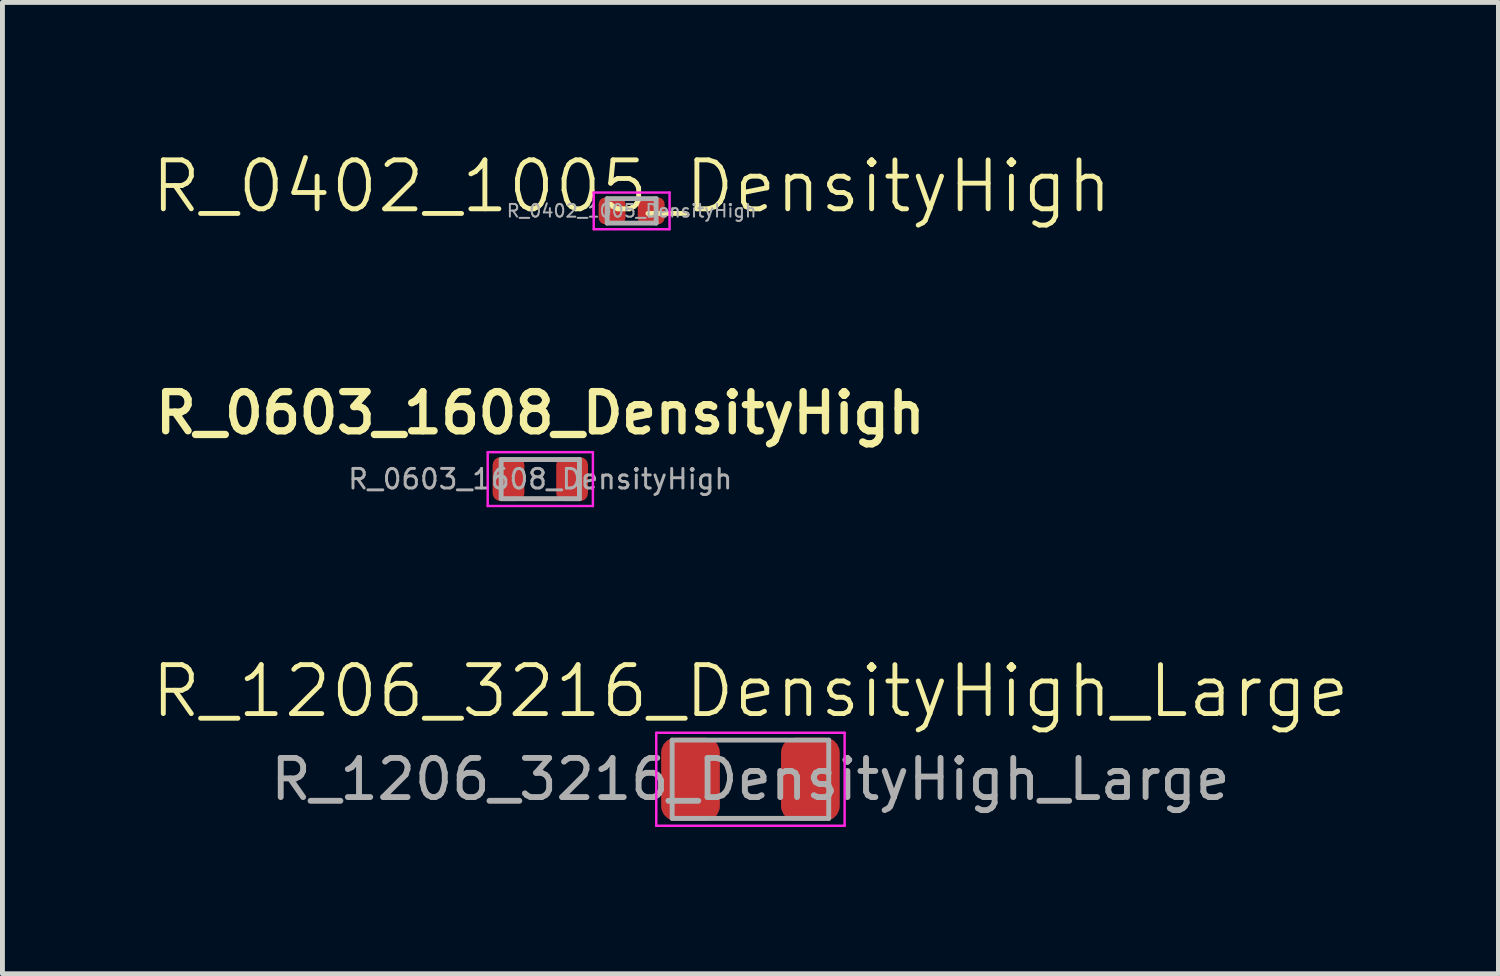
<source format=kicad_pcb>
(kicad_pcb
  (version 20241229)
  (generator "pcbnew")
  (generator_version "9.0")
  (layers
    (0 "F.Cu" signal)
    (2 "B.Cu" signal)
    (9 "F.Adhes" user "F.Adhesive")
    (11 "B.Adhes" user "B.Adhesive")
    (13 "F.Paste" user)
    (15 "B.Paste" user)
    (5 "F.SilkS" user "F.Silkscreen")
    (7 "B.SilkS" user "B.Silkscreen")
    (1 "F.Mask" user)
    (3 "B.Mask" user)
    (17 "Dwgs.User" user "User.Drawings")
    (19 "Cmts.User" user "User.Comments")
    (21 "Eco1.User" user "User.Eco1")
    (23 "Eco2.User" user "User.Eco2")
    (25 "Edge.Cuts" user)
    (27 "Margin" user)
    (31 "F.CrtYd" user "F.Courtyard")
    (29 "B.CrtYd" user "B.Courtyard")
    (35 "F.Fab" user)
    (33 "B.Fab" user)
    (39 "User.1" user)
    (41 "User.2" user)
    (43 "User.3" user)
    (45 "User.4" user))
  (footprint "R_0603_1608_DensityHigh"
    (layer "F.Cu")
    (at 7.993 6.742)
    (property "Reference" "R_0603_1608_DensityHigh" (at 0 -1.35 0) (layer "F.SilkS") (effects (font (size 0.8 0.8) (thickness 0.15))))
    (attr smd)
    (fp_line (start -1.075 -0.55) (end 1.075 -0.55) (stroke (width 0.05) (type solid)) (layer "F.CrtYd"))
    (fp_line (start -1.075 0.55) (end -1.075 -0.55) (stroke (width 0.05) (type solid)) (layer "F.CrtYd"))
    (fp_line (start 1.075 -0.55) (end 1.075 0.55) (stroke (width 0.05) (type solid)) (layer "F.CrtYd"))
    (fp_line (start 1.075 0.55) (end -1.075 0.55) (stroke (width 0.05) (type solid)) (layer "F.CrtYd"))
    (fp_line (start -0.8 -0.4) (end 0.8 -0.4) (stroke (width 0.1) (type solid)) (layer "F.Fab"))
    (fp_line (start -0.8 0.4) (end -0.8 -0.4) (stroke (width 0.1) (type solid)) (layer "F.Fab"))
    (fp_line (start 0.8 -0.4) (end 0.8 0.4) (stroke (width 0.1) (type solid)) (layer "F.Fab"))
    (fp_line (start 0.8 0.4) (end -0.8 0.4) (stroke (width 0.1) (type solid)) (layer "F.Fab"))
    (fp_text user "${REFERENCE}" (at 0 0 0) (layer "F.Fab") (effects (font (size 0.4 0.4) (thickness 0.06))))
    (pad "1" smd roundrect (at -0.65 0) (size 0.65 0.9) (layers "F.Cu" "F.Mask" "F.Paste") (roundrect_rratio 0.25))
    (pad "2" smd roundrect (at 0.65 0) (size 0.65 0.9) (layers "F.Cu" "F.Mask" "F.Paste") (roundrect_rratio 0.25)))
  (footprint "R_1206_3216_DensityHigh_Large"
    (layer "F.Cu")
    (at 12.288 12.877)
    (property "Reference" "R_1206_3216_DensityHigh_Large" (at 0 -1.8 0) (unlocked yes) (layer "F.SilkS") (effects (font (size 1 1) (thickness 0.1))))
    (attr smd)
    (fp_line (start -1.925 -0.95) (end 1.925 -0.95) (stroke (width 0.05) (type solid)) (layer "F.CrtYd"))
    (fp_line (start -1.925 0.95) (end -1.925 -0.95) (stroke (width 0.05) (type solid)) (layer "F.CrtYd"))
    (fp_line (start 1.925 -0.95) (end 1.925 0.95) (stroke (width 0.05) (type solid)) (layer "F.CrtYd"))
    (fp_line (start 1.925 0.95) (end -1.925 0.95) (stroke (width 0.05) (type solid)) (layer "F.CrtYd"))
    (fp_line (start -1.6 -0.8) (end 1.6 -0.8) (stroke (width 0.1) (type solid)) (layer "F.Fab"))
    (fp_line (start -1.6 0.8) (end -1.6 -0.8) (stroke (width 0.1) (type solid)) (layer "F.Fab"))
    (fp_line (start 1.6 -0.8) (end 1.6 0.8) (stroke (width 0.1) (type solid)) (layer "F.Fab"))
    (fp_line (start 1.6 0.8) (end -1.6 0.8) (stroke (width 0.1) (type solid)) (layer "F.Fab"))
    (fp_text user "${REFERENCE}" (at 0 0 0) (layer "F.Fab") (effects (font (size 0.8 0.8) (thickness 0.12))))
    (pad "1" smd roundrect (at -1.225 0) (size 1.2 1.7) (layers "F.Cu" "F.Mask" "F.Paste") (roundrect_rratio 0.25))
    (pad "2" smd roundrect (at 1.225 0) (size 1.2 1.7) (layers "F.Cu" "F.Mask" "F.Paste") (roundrect_rratio 0.25)))
  (footprint "R_0402_1005_DensityHigh"
    (layer "F.Cu")
    (at 9.86 1.26)
    (property "Reference" "R_0402_1005_DensityHigh" (at 0 -0.5 0) (unlocked yes) (layer "F.SilkS") (effects (font (size 1 1) (thickness 0.1))))
    (attr smd)
    (fp_line (start -0.775 -0.375) (end 0.775 -0.375) (stroke (width 0.05) (type solid)) (layer "F.CrtYd"))
    (fp_line (start -0.775 0.375) (end -0.775 -0.375) (stroke (width 0.05) (type solid)) (layer "F.CrtYd"))
    (fp_line (start 0.775 -0.375) (end 0.775 0.375) (stroke (width 0.05) (type solid)) (layer "F.CrtYd"))
    (fp_line (start 0.775 0.375) (end -0.775 0.375) (stroke (width 0.05) (type solid)) (layer "F.CrtYd"))
    (fp_line (start -0.5 -0.25) (end 0.5 -0.25) (stroke (width 0.1) (type solid)) (layer "F.Fab"))
    (fp_line (start -0.5 0.25) (end -0.5 -0.25) (stroke (width 0.1) (type solid)) (layer "F.Fab"))
    (fp_line (start 0.5 -0.25) (end 0.5 0.25) (stroke (width 0.1) (type solid)) (layer "F.Fab"))
    (fp_line (start 0.5 0.25) (end -0.5 0.25) (stroke (width 0.1) (type solid)) (layer "F.Fab"))
    (fp_text user "${REFERENCE}" (at 0 0 0) (layer "F.Fab") (effects (font (size 0.26 0.26) (thickness 0.04))))
    (pad "1" smd roundrect (at -0.4 0) (size 0.55 0.55) (layers "F.Cu" "F.Mask" "F.Paste") (roundrect_rratio 0.25))
    (pad "2" smd roundrect (at 0.4 0) (size 0.55 0.55) (layers "F.Cu" "F.Mask" "F.Paste") (roundrect_rratio 0.25)))
  (gr_rect
    (start -3 -3)
    (end 27.576 16.852)
    (stroke (width 0.1) (type default))
    (fill no)
    (layer "Edge.Cuts")))
</source>
